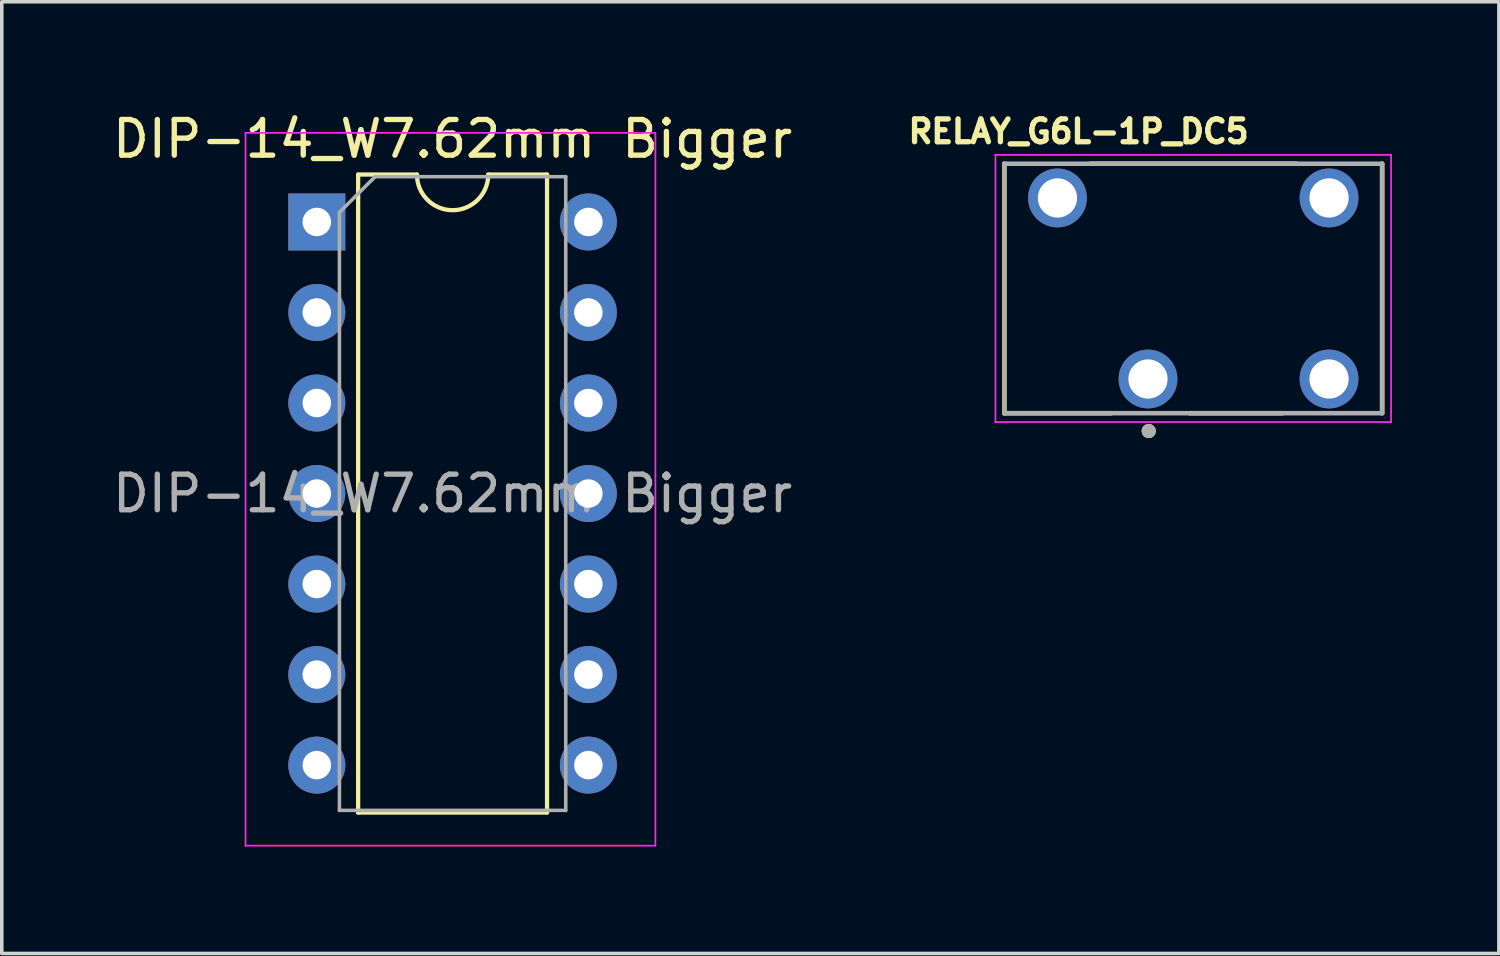
<source format=kicad_pcb>
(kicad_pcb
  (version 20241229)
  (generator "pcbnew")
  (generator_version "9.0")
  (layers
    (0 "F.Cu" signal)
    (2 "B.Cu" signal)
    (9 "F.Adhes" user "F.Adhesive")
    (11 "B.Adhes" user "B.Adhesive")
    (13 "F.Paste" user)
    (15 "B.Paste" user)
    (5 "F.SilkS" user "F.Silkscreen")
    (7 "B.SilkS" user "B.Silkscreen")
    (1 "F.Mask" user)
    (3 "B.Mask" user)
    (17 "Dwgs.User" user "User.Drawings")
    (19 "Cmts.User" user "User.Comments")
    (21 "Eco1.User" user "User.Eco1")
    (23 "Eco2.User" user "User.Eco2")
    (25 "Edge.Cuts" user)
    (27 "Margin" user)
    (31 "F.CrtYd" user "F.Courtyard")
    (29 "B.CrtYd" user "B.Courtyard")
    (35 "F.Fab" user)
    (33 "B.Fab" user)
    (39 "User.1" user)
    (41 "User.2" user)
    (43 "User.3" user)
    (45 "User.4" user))
  (footprint "RELAY_G6L-1P_DC5"
    (layer "F.Cu")
    (at 30.431 5.044)
    (property "Reference" "RELAY_G6L-1P_DC5" (at -3.218 -4.406 0) (layer "F.SilkS") (effects (font (size 0.64 0.64) (thickness 0.15))))
    (attr through_hole)
    (fp_line (start -5.3 -3.5) (end -5.3 3.5) (stroke (width 0.127) (type solid)) (layer "F.SilkS"))
    (fp_line (start -5.3 3.5) (end -2.3 3.5) (stroke (width 0.127) (type solid)) (layer "F.SilkS"))
    (fp_line (start -0.1 3.5) (end 2.5 3.5) (stroke (width 0.127) (type solid)) (layer "F.SilkS"))
    (fp_line (start 2.9 -3.5) (end -2.9 -3.5) (stroke (width 0.127) (type solid)) (layer "F.SilkS"))
    (fp_line (start 5.3 3.5) (end 5.3 -3.5) (stroke (width 0.127) (type solid)) (layer "F.SilkS"))
    (fp_circle (center -1.25 4) (end -1.15 4) (stroke (width 0.2) (type solid)) (fill no) (layer "F.SilkS"))
    (fp_line (start -5.55 -3.75) (end -5.55 3.75) (stroke (width 0.05) (type solid)) (layer "F.CrtYd"))
    (fp_line (start -5.55 3.75) (end 5.55 3.75) (stroke (width 0.05) (type solid)) (layer "F.CrtYd"))
    (fp_line (start 5.55 -3.75) (end -5.55 -3.75) (stroke (width 0.05) (type solid)) (layer "F.CrtYd"))
    (fp_line (start 5.55 3.75) (end 5.55 -3.75) (stroke (width 0.05) (type solid)) (layer "F.CrtYd"))
    (fp_line (start -5.3 -3.5) (end -5.3 3.5) (stroke (width 0.127) (type solid)) (layer "F.Fab"))
    (fp_line (start -5.3 3.5) (end 5.3 3.5) (stroke (width 0.127) (type solid)) (layer "F.Fab"))
    (fp_line (start 5.3 -3.5) (end -5.3 -3.5) (stroke (width 0.127) (type solid)) (layer "F.Fab"))
    (fp_line (start 5.3 3.5) (end 5.3 -3.5) (stroke (width 0.127) (type solid)) (layer "F.Fab"))
    (fp_circle (center -1.25 4) (end -1.15 4) (stroke (width 0.2) (type solid)) (fill no) (layer "F.Fab"))
    (pad "2" thru_hole circle (at -1.27 2.54) (size 1.65 1.65) (drill 1.1) (layers "*.Cu" "*.Mask"))
    (pad "4" thru_hole circle (at 3.81 2.54) (size 1.65 1.65) (drill 1.1) (layers "*.Cu" "*.Mask"))
    (pad "5" thru_hole circle (at 3.81 -2.54) (size 1.65 1.65) (drill 1.1) (layers "*.Cu" "*.Mask"))
    (pad "8" thru_hole circle (at -3.81 -2.54) (size 1.65 1.65) (drill 1.1) (layers "*.Cu" "*.Mask")))
  (footprint "DIP-14_W7.62mm Bigger"
    (layer "F.Cu")
    (at 5.839 3.178)
    (property "Reference" "DIP-14_W7.62mm Bigger" (at 3.81 -2.33 0) (layer "F.SilkS") (effects (font (size 1 1) (thickness 0.15))))
    (attr through_hole)
    (fp_line (start 1.16 -1.33) (end 1.16 16.57) (stroke (width 0.12) (type solid)) (layer "F.SilkS"))
    (fp_line (start 1.16 16.57) (end 6.46 16.57) (stroke (width 0.12) (type solid)) (layer "F.SilkS"))
    (fp_line (start 2.81 -1.33) (end 1.16 -1.33) (stroke (width 0.12) (type solid)) (layer "F.SilkS"))
    (fp_line (start 6.46 -1.33) (end 4.81 -1.33) (stroke (width 0.12) (type solid)) (layer "F.SilkS"))
    (fp_line (start 6.46 16.57) (end 6.46 -1.33) (stroke (width 0.12) (type solid)) (layer "F.SilkS"))
    (fp_arc (start 4.81 -1.33) (mid 3.81 -0.33) (end 2.81 -1.33) (stroke (width 0.12) (type solid)) (layer "F.SilkS"))
    (fp_line (start -2 -2.5) (end -2 17.5) (stroke (width 0.05) (type solid)) (layer "F.CrtYd"))
    (fp_line (start -2 17.5) (end 9.5 17.5) (stroke (width 0.05) (type solid)) (layer "F.CrtYd"))
    (fp_line (start 9.5 -2.5) (end -2 -2.5) (stroke (width 0.05) (type solid)) (layer "F.CrtYd"))
    (fp_line (start 9.5 17.5) (end 9.5 -2.5) (stroke (width 0.05) (type solid)) (layer "F.CrtYd"))
    (fp_line (start 0.635 -0.27) (end 1.635 -1.27) (stroke (width 0.1) (type solid)) (layer "F.Fab"))
    (fp_line (start 0.635 16.51) (end 0.635 -0.27) (stroke (width 0.1) (type solid)) (layer "F.Fab"))
    (fp_line (start 1.635 -1.27) (end 6.985 -1.27) (stroke (width 0.1) (type solid)) (layer "F.Fab"))
    (fp_line (start 6.985 -1.27) (end 6.985 16.51) (stroke (width 0.1) (type solid)) (layer "F.Fab"))
    (fp_line (start 6.985 16.51) (end 0.635 16.51) (stroke (width 0.1) (type solid)) (layer "F.Fab"))
    (fp_text user "${REFERENCE}" (at 3.81 7.62 0) (layer "F.Fab") (effects (font (size 1 1) (thickness 0.15))))
    (pad "1" thru_hole rect (at 0 0) (size 1.6 1.6) (drill 0.8) (layers "*.Cu" "*.Mask"))
    (pad "2" thru_hole oval (at 0 2.54) (size 1.6 1.6) (drill 0.8) (layers "*.Cu" "*.Mask"))
    (pad "3" thru_hole oval (at 0 5.08) (size 1.6 1.6) (drill 0.8) (layers "*.Cu" "*.Mask"))
    (pad "4" thru_hole oval (at 0 7.62) (size 1.6 1.6) (drill 0.8) (layers "*.Cu" "*.Mask"))
    (pad "5" thru_hole oval (at 0 10.16) (size 1.6 1.6) (drill 0.8) (layers "*.Cu" "*.Mask"))
    (pad "6" thru_hole oval (at 0 12.7) (size 1.6 1.6) (drill 0.8) (layers "*.Cu" "*.Mask"))
    (pad "7" thru_hole oval (at 0 15.24) (size 1.6 1.6) (drill 0.8) (layers "*.Cu" "*.Mask"))
    (pad "8" thru_hole oval (at 7.62 15.24) (size 1.6 1.6) (drill 0.8) (layers "*.Cu" "*.Mask"))
    (pad "9" thru_hole oval (at 7.62 12.7) (size 1.6 1.6) (drill 0.8) (layers "*.Cu" "*.Mask"))
    (pad "10" thru_hole oval (at 7.62 10.16) (size 1.6 1.6) (drill 0.8) (layers "*.Cu" "*.Mask"))
    (pad "11" thru_hole oval (at 7.62 7.62) (size 1.6 1.6) (drill 0.8) (layers "*.Cu" "*.Mask"))
    (pad "12" thru_hole oval (at 7.62 5.08) (size 1.6 1.6) (drill 0.8) (layers "*.Cu" "*.Mask"))
    (pad "13" thru_hole oval (at 7.62 2.54) (size 1.6 1.6) (drill 0.8) (layers "*.Cu" "*.Mask"))
    (pad "14" thru_hole oval (at 7.62 0) (size 1.6 1.6) (drill 0.8) (layers "*.Cu" "*.Mask")))
  (gr_rect
    (start -3 -3)
    (end 39.006 23.703)
    (stroke (width 0.1) (type default))
    (fill no)
    (layer "Edge.Cuts")))
</source>
